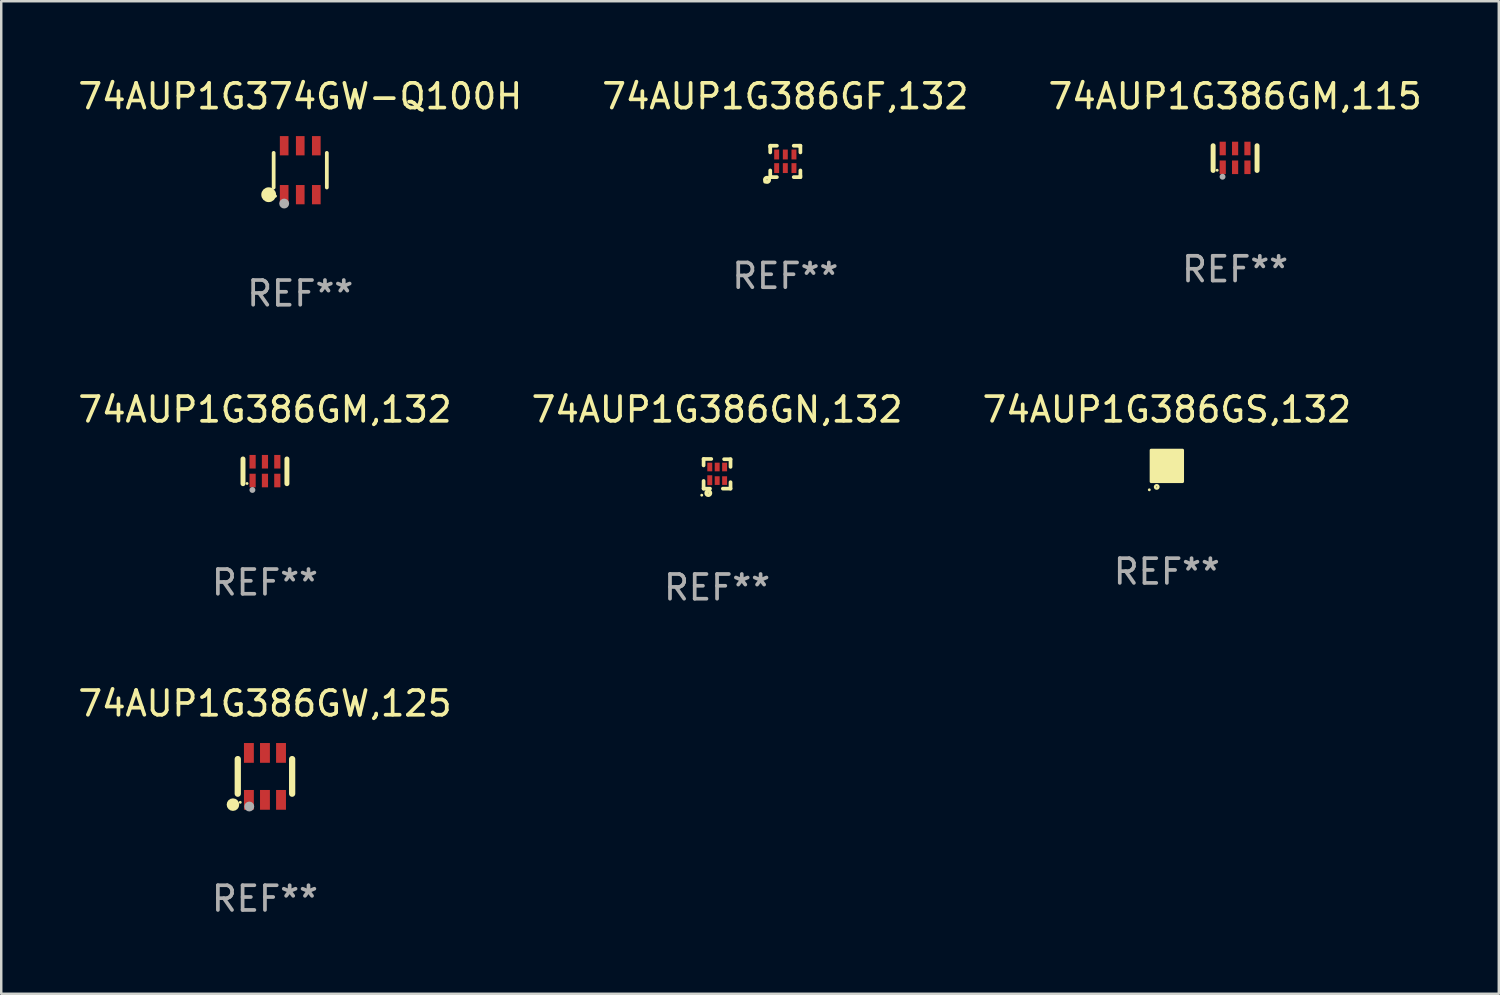
<source format=kicad_pcb>
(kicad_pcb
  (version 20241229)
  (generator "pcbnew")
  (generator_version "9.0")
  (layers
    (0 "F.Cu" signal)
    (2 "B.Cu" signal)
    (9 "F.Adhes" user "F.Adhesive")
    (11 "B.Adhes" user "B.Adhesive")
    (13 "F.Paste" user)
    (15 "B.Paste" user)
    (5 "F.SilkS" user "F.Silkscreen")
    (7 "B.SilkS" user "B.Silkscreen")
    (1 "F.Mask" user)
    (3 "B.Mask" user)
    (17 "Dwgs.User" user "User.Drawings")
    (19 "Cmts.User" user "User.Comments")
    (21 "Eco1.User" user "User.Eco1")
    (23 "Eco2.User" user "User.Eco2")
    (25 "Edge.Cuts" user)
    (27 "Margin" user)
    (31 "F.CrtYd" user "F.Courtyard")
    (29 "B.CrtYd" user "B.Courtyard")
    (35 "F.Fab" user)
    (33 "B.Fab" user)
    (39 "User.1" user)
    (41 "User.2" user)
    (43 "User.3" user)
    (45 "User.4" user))
  (footprint "74AUP1G386GN,132"
    (layer "F.Cu")
    (at 25.97 16.125)
    (property "Reference" "74AUP1G386GN,132" (at 0 -2.6 0) (layer "F.SilkS") (effects (font (size 1 1) (thickness 0.15))))
    (attr through_hole)
    (fp_line (start -0.545 -0.6) (end -0.235 -0.6) (stroke (width 0.15) (type solid)) (layer "F.SilkS"))
    (fp_line (start -0.545 -0.34) (end -0.545 -0.6) (stroke (width 0.15) (type solid)) (layer "F.SilkS"))
    (fp_line (start -0.545 0.6) (end -0.545 0.29) (stroke (width 0.15) (type solid)) (layer "F.SilkS"))
    (fp_line (start -0.285 0.6) (end -0.545 0.6) (stroke (width 0.15) (type solid)) (layer "F.SilkS"))
    (fp_line (start 0.285 -0.59) (end 0.545 -0.59) (stroke (width 0.15) (type solid)) (layer "F.SilkS"))
    (fp_line (start 0.545 -0.59) (end 0.545 -0.28) (stroke (width 0.15) (type solid)) (layer "F.SilkS"))
    (fp_line (start 0.545 0.34) (end 0.545 0.6) (stroke (width 0.15) (type solid)) (layer "F.SilkS"))
    (fp_line (start 0.545 0.6) (end 0.235 0.6) (stroke (width 0.15) (type solid)) (layer "F.SilkS"))
    (fp_circle (center -0.62 0.865) (end -0.59 0.865) (stroke (width 0.06) (type solid)) (fill no) (layer "F.SilkS"))
    (fp_circle (center -0.355 0.78) (end -0.345 0.78) (stroke (width 0.15) (type solid)) (fill no) (layer "F.SilkS"))
    (fp_text user "REF**" (at 0 4.6 0) (layer "F.Fab") (effects (font (size 1 1) (thickness 0.15))))
    (pad "1" smd rect (at -0.295 0.26) (size 0.2 0.4) (layers "F.Cu" "F.Mask" "F.Paste"))
    (pad "2" smd rect (at 0.005 0.275) (size 0.2 0.35) (layers "F.Cu" "F.Mask" "F.Paste"))
    (pad "3" smd rect (at 0.305 0.275) (size 0.2 0.35) (layers "F.Cu" "F.Mask" "F.Paste"))
    (pad "4" smd rect (at 0.305 -0.275) (size 0.2 0.35) (layers "F.Cu" "F.Mask" "F.Paste"))
    (pad "5" smd rect (at 0.005 -0.275) (size 0.2 0.35) (layers "F.Cu" "F.Mask" "F.Paste"))
    (pad "6" smd rect (at -0.295 -0.275) (size 0.2 0.35) (layers "F.Cu" "F.Mask" "F.Paste")))
  (footprint "74AUP1G386GM,132"
    (layer "F.Cu")
    (at 7.673 16.025)
    (property "Reference" "74AUP1G386GM,132" (at 0 -2.5 0) (layer "F.SilkS") (effects (font (size 1 1) (thickness 0.15))))
    (attr through_hole)
    (fp_line (start -0.889 0.5) (end -0.889 -0.5) (stroke (width 0.2) (type solid)) (layer "F.SilkS"))
    (fp_line (start 0.889 0.5) (end 0.889 -0.5) (stroke (width 0.2) (type solid)) (layer "F.SilkS"))
    (fp_circle (center -0.725 0.492) (end -0.695 0.492) (stroke (width 0.06) (type solid)) (fill no) (layer "F.SilkS"))
    (fp_circle (center -0.508 0.754) (end -0.448 0.754) (stroke (width 0.12) (type solid)) (fill no) (layer "F.Fab"))
    (fp_text user "REF**" (at 0 4.5 0) (layer "F.Fab") (effects (font (size 1 1) (thickness 0.15))))
    (pad "1" smd rect (at -0.5 0.372) (size 0.25 0.55) (layers "F.Cu" "F.Mask" "F.Paste"))
    (pad "2" smd rect (at -0.000127 0.372) (size 0.25 0.55) (layers "F.Cu" "F.Mask" "F.Paste"))
    (pad "3" smd rect (at 0.5 0.372) (size 0.25 0.55) (layers "F.Cu" "F.Mask" "F.Paste"))
    (pad "4" smd rect (at 0.5 -0.388 180) (size 0.25 0.55) (layers "F.Cu" "F.Mask" "F.Paste"))
    (pad "5" smd rect (at -0.000127 -0.388 180) (size 0.25 0.55) (layers "F.Cu" "F.Mask" "F.Paste"))
    (pad "6" smd rect (at -0.5 -0.388 180) (size 0.25 0.55) (layers "F.Cu" "F.Mask" "F.Paste")))
  (footprint "74AUP1G386GS,132"
    (layer "F.Cu")
    (at 44.173 15.805)
    (property "Reference" "74AUP1G386GS,132" (at 0 -2.28 0) (layer "F.SilkS") (effects (font (size 1 1) (thickness 0.15))))
    (attr through_hole)
    (fp_circle (center -0.71 0.968) (end -0.68 0.968) (stroke (width 0.06) (type solid)) (fill no) (layer "F.SilkS"))
    (fp_circle (center -0.41 0.85) (end -0.342 0.85) (stroke (width 0.1) (type solid)) (fill no) (layer "F.SilkS"))
    (fp_poly (pts (xy -0.635 -0.635) (xy 0.635 -0.635) (xy 0.635 0.635) (xy -0.635 0.635)) (stroke (width 0.12) (type solid)) (fill yes) (layer "F.SilkS"))
    (fp_text user "REF**" (at 0 4.28 0) (layer "F.Fab") (effects (font (size 1 1) (thickness 0.15))))
    (pad "1" smd rect (at -0.35 0.28 90) (size 0.35 0.2) (layers "F.Cu" "F.Mask" "F.Paste"))
    (pad "2" smd rect (at 0 0.28 90) (size 0.35 0.2) (layers "F.Cu" "F.Mask" "F.Paste"))
    (pad "3" smd rect (at 0.35 0.28 90) (size 0.35 0.2) (layers "F.Cu" "F.Mask" "F.Paste"))
    (pad "4" smd rect (at 0.35 -0.28 90) (size 0.35 0.2) (layers "F.Cu" "F.Mask" "F.Paste"))
    (pad "5" smd rect (at 0 -0.28 90) (size 0.35 0.2) (layers "F.Cu" "F.Mask" "F.Paste"))
    (pad "6" smd rect (at -0.35 -0.28 90) (size 0.35 0.2) (layers "F.Cu" "F.Mask" "F.Paste")))
  (footprint "74AUP1G386GW,125"
    (layer "F.Cu")
    (at 7.673 28.371)
    (property "Reference" "74AUP1G386GW,125" (at 0 -2.95 0) (layer "F.SilkS") (effects (font (size 1 1) (thickness 0.15))))
    (attr through_hole)
    (fp_line (start -1.1 -0.7) (end -1.1 0.7) (stroke (width 0.254) (type solid)) (layer "F.SilkS"))
    (fp_line (start 1.1 -0.7) (end 1.1 0.7) (stroke (width 0.254) (type solid)) (layer "F.SilkS"))
    (fp_circle (center -1.295 1.143) (end -1.168 1.143) (stroke (width 0.254) (type solid)) (fill no) (layer "F.SilkS"))
    (fp_circle (center -1 1.05) (end -0.97 1.05) (stroke (width 0.06) (type solid)) (fill no) (layer "F.SilkS"))
    (fp_circle (center -0.635 1.219) (end -0.535 1.219) (stroke (width 0.2) (type solid)) (fill no) (layer "F.Fab"))
    (fp_text user "REF**" (at 0 4.95 0) (layer "F.Fab") (effects (font (size 1 1) (thickness 0.15))))
    (pad "1" smd rect (at -0.65 0.95) (size 0.4 0.8) (layers "F.Cu" "F.Mask" "F.Paste"))
    (pad "2" smd rect (at 0 0.95) (size 0.4 0.8) (layers "F.Cu" "F.Mask" "F.Paste"))
    (pad "3" smd rect (at 0.65 0.95) (size 0.4 0.8) (layers "F.Cu" "F.Mask" "F.Paste"))
    (pad "4" smd rect (at 0.65 -0.95) (size 0.4 0.8) (layers "F.Cu" "F.Mask" "F.Paste"))
    (pad "5" smd rect (at 0 -0.95) (size 0.4 0.8) (layers "F.Cu" "F.Mask" "F.Paste"))
    (pad "6" smd rect (at -0.65 -0.95) (size 0.4 0.8) (layers "F.Cu" "F.Mask" "F.Paste")))
  (footprint "74AUP1G374GW-Q100H"
    (layer "F.Cu")
    (at 9.101 3.838)
    (property "Reference" "74AUP1G374GW-Q100H" (at 0 -2.99 0) (layer "F.SilkS") (effects (font (size 1 1) (thickness 0.15))))
    (attr through_hole)
    (fp_line (start -1.076 0.701) (end -1.076 -0.701) (stroke (width 0.152) (type solid)) (layer "F.SilkS"))
    (fp_line (start 1.076 0.701) (end 1.076 -0.701) (stroke (width 0.152) (type solid)) (layer "F.SilkS"))
    (fp_circle (center -1.277 0.992) (end -1.127 0.992) (stroke (width 0.3) (type solid)) (fill no) (layer "F.SilkS"))
    (fp_circle (center -1 1.05) (end -0.97 1.05) (stroke (width 0.06) (type solid)) (fill no) (layer "F.SilkS"))
    (fp_circle (center -0.65 1.35) (end -0.55 1.35) (stroke (width 0.2) (type solid)) (fill no) (layer "F.Fab"))
    (fp_text user "REF**" (at 0 4.99 0) (layer "F.Fab") (effects (font (size 1 1) (thickness 0.15))))
    (pad "1" smd rect (at -0.65 0.99) (size 0.35 0.78) (layers "F.Cu" "F.Mask" "F.Paste"))
    (pad "2" smd rect (at 0 0.99) (size 0.35 0.78) (layers "F.Cu" "F.Mask" "F.Paste"))
    (pad "3" smd rect (at 0.65 0.99) (size 0.35 0.78) (layers "F.Cu" "F.Mask" "F.Paste"))
    (pad "4" smd rect (at 0.65 -0.99) (size 0.35 0.78) (layers "F.Cu" "F.Mask" "F.Paste"))
    (pad "5" smd rect (at 0 -0.99) (size 0.35 0.78) (layers "F.Cu" "F.Mask" "F.Paste"))
    (pad "6" smd rect (at -0.65 -0.99) (size 0.35 0.78) (layers "F.Cu" "F.Mask" "F.Paste")))
  (footprint "74AUP1G386GM,115"
    (layer "F.Cu")
    (at 46.935 3.348)
    (property "Reference" "74AUP1G386GM,115" (at 0 -2.5 0) (layer "F.SilkS") (effects (font (size 1 1) (thickness 0.15))))
    (attr through_hole)
    (fp_line (start -0.889 0.5) (end -0.889 -0.5) (stroke (width 0.2) (type solid)) (layer "F.SilkS"))
    (fp_line (start 0.889 0.5) (end 0.889 -0.5) (stroke (width 0.2) (type solid)) (layer "F.SilkS"))
    (fp_circle (center -0.725 0.492) (end -0.695 0.492) (stroke (width 0.06) (type solid)) (fill no) (layer "F.SilkS"))
    (fp_circle (center -0.508 0.754) (end -0.448 0.754) (stroke (width 0.12) (type solid)) (fill no) (layer "F.Fab"))
    (fp_text user "REF**" (at 0 4.5 0) (layer "F.Fab") (effects (font (size 1 1) (thickness 0.15))))
    (pad "1" smd rect (at -0.5 0.372) (size 0.25 0.55) (layers "F.Cu" "F.Mask" "F.Paste"))
    (pad "2" smd rect (at -0.000127 0.372) (size 0.25 0.55) (layers "F.Cu" "F.Mask" "F.Paste"))
    (pad "3" smd rect (at 0.5 0.372) (size 0.25 0.55) (layers "F.Cu" "F.Mask" "F.Paste"))
    (pad "4" smd rect (at 0.5 -0.388 180) (size 0.25 0.55) (layers "F.Cu" "F.Mask" "F.Paste"))
    (pad "5" smd rect (at -0.000127 -0.388 180) (size 0.25 0.55) (layers "F.Cu" "F.Mask" "F.Paste"))
    (pad "6" smd rect (at -0.5 -0.388 180) (size 0.25 0.55) (layers "F.Cu" "F.Mask" "F.Paste")))
  (footprint "74AUP1G386GF,132"
    (layer "F.Cu")
    (at 28.732 3.483)
    (property "Reference" "74AUP1G386GF,132" (at 0 -2.635 0) (layer "F.SilkS") (effects (font (size 1 1) (thickness 0.15))))
    (attr through_hole)
    (fp_line (start -0.61 0.635) (end -0.61 0.365) (stroke (width 0.15) (type solid)) (layer "F.SilkS"))
    (fp_line (start -0.61 -0.635) (end -0.34 -0.635) (stroke (width 0.15) (type solid)) (layer "F.SilkS"))
    (fp_line (start -0.61 -0.585) (end -0.61 -0.635) (stroke (width 0.15) (type solid)) (layer "F.SilkS"))
    (fp_line (start -0.61 -0.365) (end -0.61 -0.585) (stroke (width 0.15) (type solid)) (layer "F.SilkS"))
    (fp_line (start -0.56 0.635) (end -0.61 0.635) (stroke (width 0.15) (type solid)) (layer "F.SilkS"))
    (fp_line (start -0.34 0.635) (end -0.56 0.635) (stroke (width 0.15) (type solid)) (layer "F.SilkS"))
    (fp_line (start 0.34 -0.635) (end 0.56 -0.635) (stroke (width 0.15) (type solid)) (layer "F.SilkS"))
    (fp_line (start 0.56 -0.635) (end 0.61 -0.635) (stroke (width 0.15) (type solid)) (layer "F.SilkS"))
    (fp_line (start 0.61 -0.635) (end 0.61 -0.365) (stroke (width 0.15) (type solid)) (layer "F.SilkS"))
    (fp_line (start 0.61 0.365) (end 0.61 0.585) (stroke (width 0.15) (type solid)) (layer "F.SilkS"))
    (fp_line (start 0.61 0.585) (end 0.61 0.635) (stroke (width 0.15) (type solid)) (layer "F.SilkS"))
    (fp_line (start 0.61 0.635) (end 0.34 0.635) (stroke (width 0.15) (type solid)) (layer "F.SilkS"))
    (fp_circle (center -0.829 0.834) (end -0.799 0.834) (stroke (width 0.06) (type solid)) (fill no) (layer "F.SilkS"))
    (fp_circle (center -0.74 0.745) (end -0.726 0.745) (stroke (width 0.15) (type solid)) (fill no) (layer "F.SilkS"))
    (fp_text user "REF**" (at 0 4.635 0) (layer "F.Fab") (effects (font (size 1 1) (thickness 0.15))))
    (pad "1" smd rect (at -0.35 0.27) (size 0.2 0.4) (layers "F.Cu" "F.Mask" "F.Paste"))
    (pad "2" smd rect (at -0.000051 0.27) (size 0.2 0.4) (layers "F.Cu" "F.Mask" "F.Paste"))
    (pad "3" smd rect (at 0.35 0.27) (size 0.2 0.4) (layers "F.Cu" "F.Mask" "F.Paste"))
    (pad "4" smd rect (at 0.35 -0.28) (size 0.2 0.4) (layers "F.Cu" "F.Mask" "F.Paste"))
    (pad "5" smd rect (at -0.000051 -0.28) (size 0.2 0.4) (layers "F.Cu" "F.Mask" "F.Paste"))
    (pad "6" smd rect (at -0.35 -0.28) (size 0.2 0.4) (layers "F.Cu" "F.Mask" "F.Paste")))
  (gr_rect
    (start -3 -3)
    (end 57.607 37.169)
    (stroke (width 0.1) (type default))
    (fill no)
    (layer "Edge.Cuts")))
</source>
